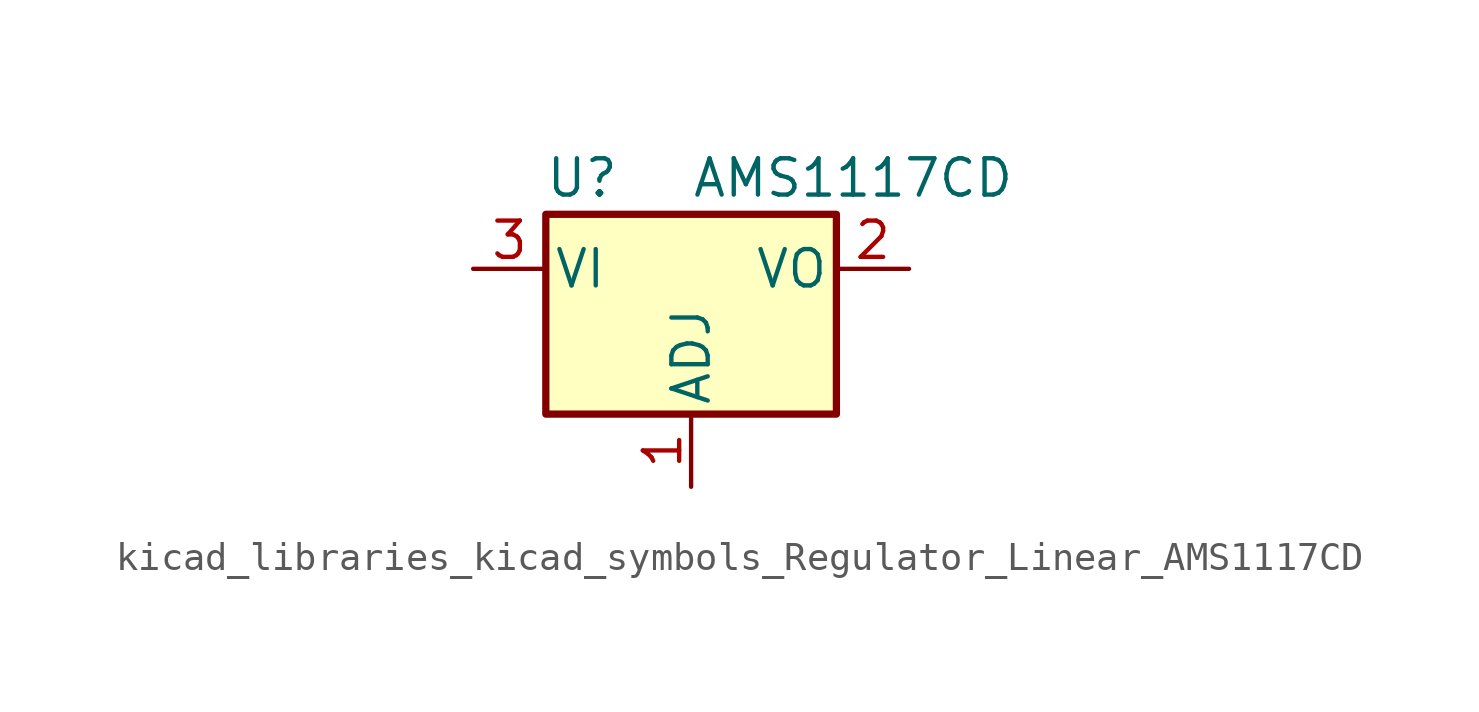
<source format=kicad_sym>
(kicad_symbol_lib
  (version 20220914)
  (generator kicad_symbol_editor)
  (symbol "kicad_libraries_kicad_symbols_Regulator_Linear_AMS1117CD"
    (pin_names
      (offset 0.254))
    (property "Reference" "U"
      (at -3.81 3.175 0)
      (effects (font (size 1.27 1.27))))
    (property "Value" "AMS1117CD"
      (at 0 3.175 0)
      (effects (font (size 1.27 1.27)) (justify left)))
    (symbol "kicad_libraries_kicad_symbols_Regulator_Linear_AMS1117CD_0_1"
      (rectangle (start -5.08 -5.08) (end 5.08 1.905) (stroke (width 0.254) (type default)) (fill (type background))))
    (symbol "kicad_libraries_kicad_symbols_Regulator_Linear_AMS1117CD_1_1"
      (pin input line (at 0 -7.62 90) (length 2.54) (name "ADJ" (effects (font (size 1.27 1.27)))) (number "1" (effects (font (size 1.27 1.27)))))
      (pin power_out line (at 7.62 0 180) (length 2.54) (name "VO" (effects (font (size 1.27 1.27)))) (number "2" (effects (font (size 1.27 1.27)))))
      (pin power_in line (at -7.62 0 0) (length 2.54) (name "VI" (effects (font (size 1.27 1.27)))) (number "3" (effects (font (size 1.27 1.27))))))))
</source>
